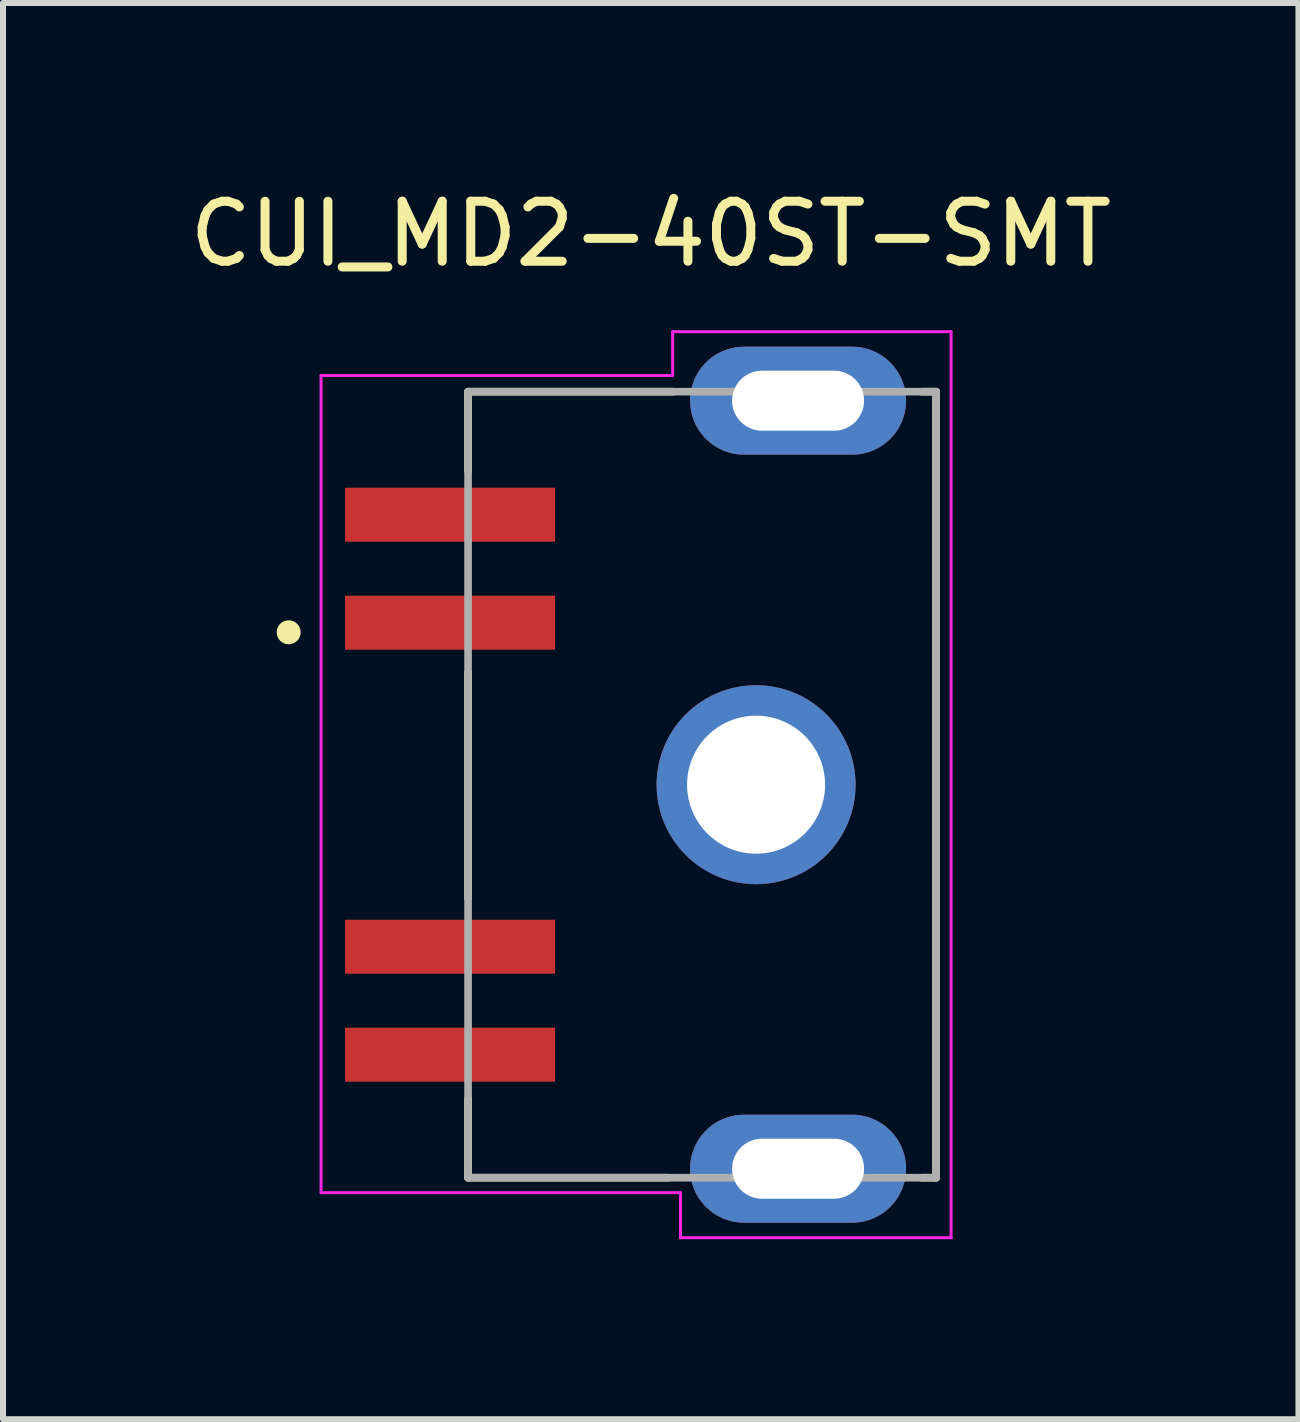
<source format=kicad_pcb>
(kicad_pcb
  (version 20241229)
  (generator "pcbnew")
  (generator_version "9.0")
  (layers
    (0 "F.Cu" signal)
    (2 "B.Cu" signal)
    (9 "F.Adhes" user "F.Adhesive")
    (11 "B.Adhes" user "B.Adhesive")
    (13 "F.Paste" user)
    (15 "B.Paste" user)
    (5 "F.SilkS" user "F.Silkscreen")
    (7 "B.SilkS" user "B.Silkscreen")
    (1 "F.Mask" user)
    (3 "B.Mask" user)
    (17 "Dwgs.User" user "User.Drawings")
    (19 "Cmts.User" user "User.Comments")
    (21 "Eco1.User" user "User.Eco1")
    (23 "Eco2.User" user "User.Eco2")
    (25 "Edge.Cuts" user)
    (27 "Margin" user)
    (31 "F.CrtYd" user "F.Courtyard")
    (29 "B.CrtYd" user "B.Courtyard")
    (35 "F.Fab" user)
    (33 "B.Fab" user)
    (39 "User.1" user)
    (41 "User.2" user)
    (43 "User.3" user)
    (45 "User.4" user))
  (footprint "CUI_MD2-40ST-SMT"
    (layer "F.Cu")
    (at 8.651 10.028)
    (property "Reference" "CUI_MD2-40ST-SMT" (at -0.855 -9.179 0) (layer "F.SilkS") (effects (font (size 1 1) (thickness 0.15))))
    (attr through_hole)
    (fp_line (start -3.9 -6.55) (end -3.9 -5.23) (stroke (width 0.127) (type solid)) (layer "F.SilkS"))
    (fp_line (start -3.9 -6.55) (end -0.47 -6.55) (stroke (width 0.127) (type solid)) (layer "F.SilkS"))
    (fp_line (start -3.9 1.89) (end -3.9 -1.87) (stroke (width 0.127) (type solid)) (layer "F.SilkS"))
    (fp_line (start -3.9 6.55) (end -3.9 5.23) (stroke (width 0.127) (type solid)) (layer "F.SilkS"))
    (fp_line (start -3.9 6.55) (end -0.56 6.55) (stroke (width 0.127) (type solid)) (layer "F.SilkS"))
    (fp_line (start 3.9 -6.55) (end 3.66 -6.55) (stroke (width 0.127) (type solid)) (layer "F.SilkS"))
    (fp_line (start 3.9 -6.55) (end 3.9 6.55) (stroke (width 0.127) (type solid)) (layer "F.SilkS"))
    (fp_line (start 3.9 6.55) (end 3.66 6.55) (stroke (width 0.127) (type solid)) (layer "F.SilkS"))
    (fp_circle (center -6.89 -2.54) (end -6.69 -2.54) (stroke (width 0) (type solid)) (fill yes) (layer "F.SilkS"))
    (fp_line (start -6.35 -6.82) (end -0.49 -6.82) (stroke (width 0.05) (type solid)) (layer "F.CrtYd"))
    (fp_line (start -6.35 6.8) (end -6.35 -6.82) (stroke (width 0.05) (type solid)) (layer "F.CrtYd"))
    (fp_line (start -0.49 -7.55) (end 4.15 -7.55) (stroke (width 0.05) (type solid)) (layer "F.CrtYd"))
    (fp_line (start -0.49 -6.82) (end -0.49 -7.55) (stroke (width 0.05) (type solid)) (layer "F.CrtYd"))
    (fp_line (start -0.36 6.8) (end -6.35 6.8) (stroke (width 0.05) (type solid)) (layer "F.CrtYd"))
    (fp_line (start -0.36 7.55) (end -0.36 6.8) (stroke (width 0.05) (type solid)) (layer "F.CrtYd"))
    (fp_line (start 4.15 -7.55) (end 4.15 7.55) (stroke (width 0.05) (type solid)) (layer "F.CrtYd"))
    (fp_line (start 4.15 7.55) (end -0.36 7.55) (stroke (width 0.05) (type solid)) (layer "F.CrtYd"))
    (fp_line (start -3.9 -6.55) (end 3.9 -6.55) (stroke (width 0.127) (type solid)) (layer "F.Fab"))
    (fp_line (start -3.9 6.55) (end -3.9 -6.55) (stroke (width 0.127) (type solid)) (layer "F.Fab"))
    (fp_line (start 3.9 -6.55) (end 3.9 6.55) (stroke (width 0.127) (type solid)) (layer "F.Fab"))
    (fp_line (start 3.9 6.55) (end -3.9 6.55) (stroke (width 0.127) (type solid)) (layer "F.Fab"))
    (pad "1" smd rect (at -4.2 -2.7) (size 3.5 0.9) (layers "F.Cu" "F.Mask" "F.Paste"))
    (pad "2" smd rect (at -4.2 2.7) (size 3.5 0.9) (layers "F.Cu" "F.Mask" "F.Paste"))
    (pad "3" smd rect (at -4.2 -4.5) (size 3.5 0.9) (layers "F.Cu" "F.Mask" "F.Paste"))
    (pad "4" smd rect (at -4.2 4.5) (size 3.5 0.9) (layers "F.Cu" "F.Mask" "F.Paste"))
    (pad "S1" thru_hole circle (at 0.9 0) (size 3.316 3.316) (drill 2.3) (layers "*.Cu" "*.Mask"))
    (pad "S2" thru_hole oval (at 1.6 -6.4) (size 3.6 1.8) (drill oval 2.2 1) (layers "*.Cu" "*.Mask"))
    (pad "S3" thru_hole oval (at 1.6 6.4) (size 3.6 1.8) (drill oval 2.2 1) (layers "*.Cu" "*.Mask")))
  (gr_rect
    (start -3 -3)
    (end 18.59 20.603)
    (stroke (width 0.1) (type default))
    (fill no)
    (layer "Edge.Cuts")))
</source>
